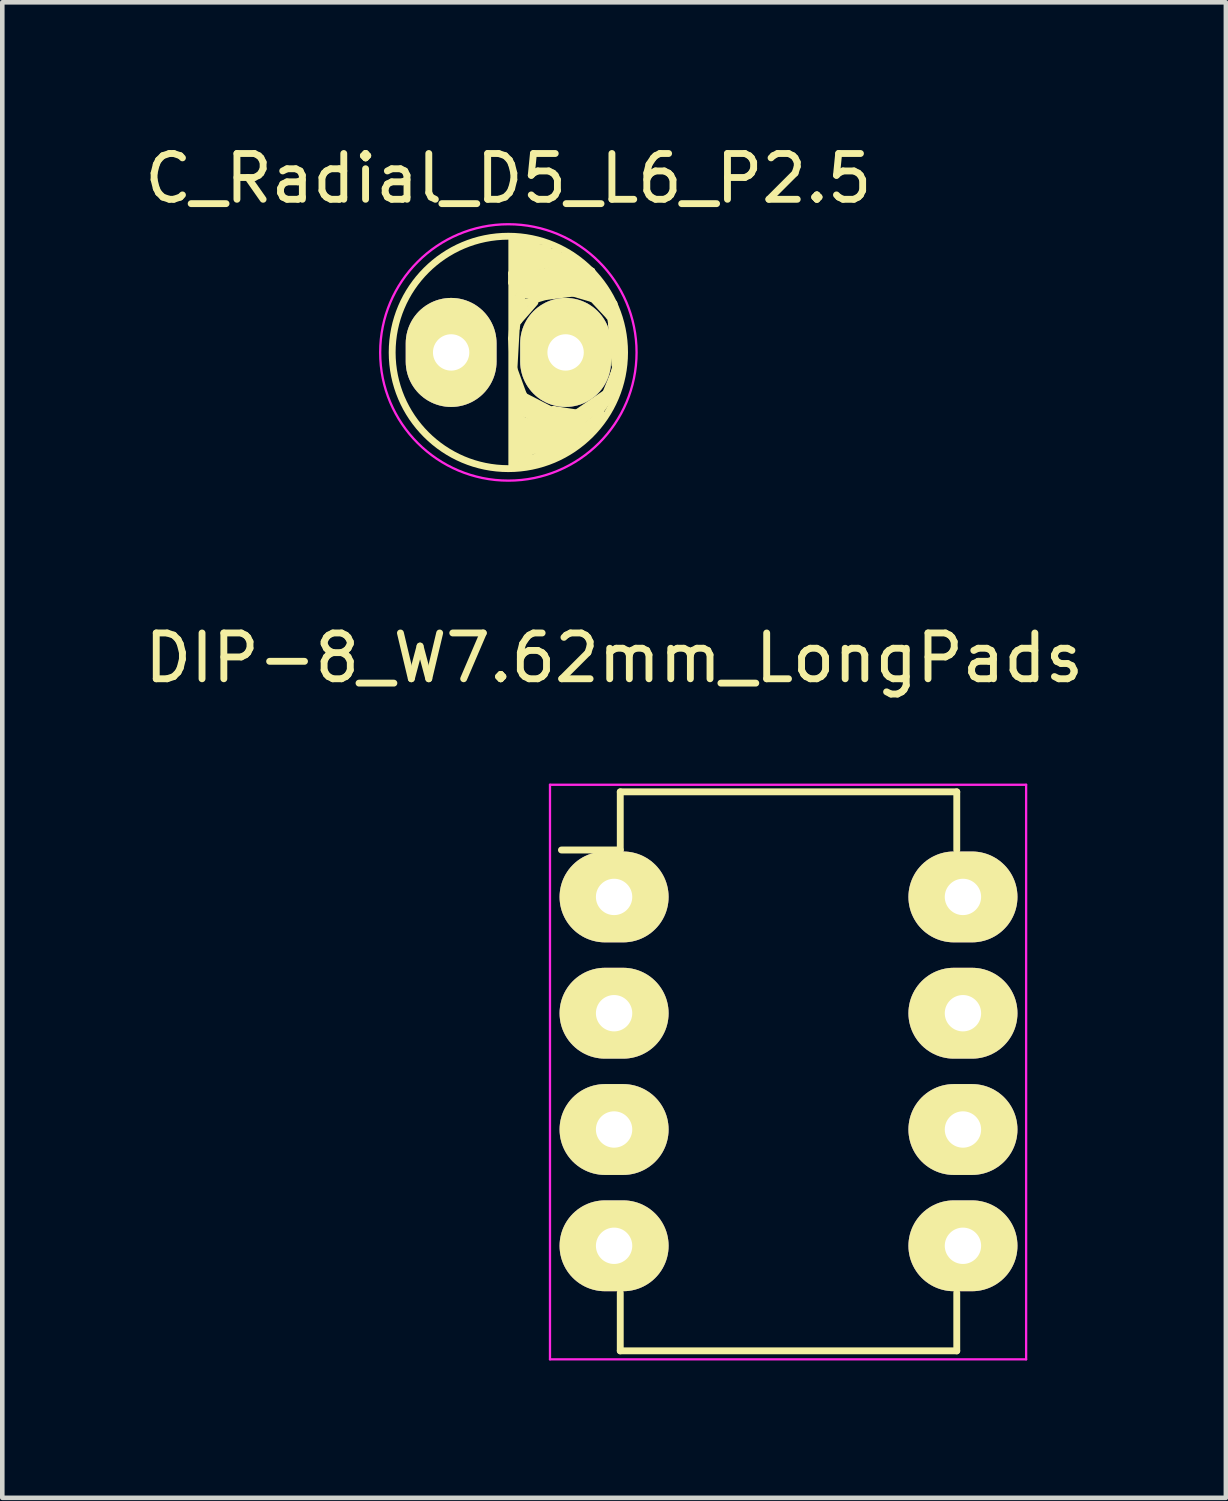
<source format=kicad_pcb>
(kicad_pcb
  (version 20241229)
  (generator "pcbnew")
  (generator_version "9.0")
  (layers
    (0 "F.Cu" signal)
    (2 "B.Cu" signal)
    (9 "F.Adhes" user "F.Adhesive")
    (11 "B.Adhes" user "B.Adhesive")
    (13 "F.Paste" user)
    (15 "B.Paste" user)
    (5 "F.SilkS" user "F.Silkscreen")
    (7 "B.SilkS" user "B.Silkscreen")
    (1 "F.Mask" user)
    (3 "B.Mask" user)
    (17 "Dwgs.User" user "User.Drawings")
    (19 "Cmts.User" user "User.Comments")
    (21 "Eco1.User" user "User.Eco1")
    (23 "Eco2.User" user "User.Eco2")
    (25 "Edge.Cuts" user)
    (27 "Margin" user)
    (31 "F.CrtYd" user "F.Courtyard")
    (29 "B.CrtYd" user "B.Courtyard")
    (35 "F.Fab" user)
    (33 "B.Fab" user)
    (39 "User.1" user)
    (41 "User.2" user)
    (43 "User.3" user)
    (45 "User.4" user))
  (footprint "DIP-8_W7.62mm_LongPads"
    (layer "F.Cu")
    (at 10.363 16.541)
    (property "Reference" "DIP-8_W7.62mm_LongPads" (at 0 -5.22 0) (layer "F.SilkS") (effects (font (size 1 1) (thickness 0.15))))
    (attr through_hole)
    (fp_line (start 0.135 -2.295) (end 0.135 -1.025) (stroke (width 0.15) (type solid)) (layer "F.SilkS"))
    (fp_line (start 0.135 -2.295) (end 7.485 -2.295) (stroke (width 0.15) (type solid)) (layer "F.SilkS"))
    (fp_line (start 0.135 -1.025) (end -1.15 -1.025) (stroke (width 0.15) (type solid)) (layer "F.SilkS"))
    (fp_line (start 0.135 9.915) (end 0.135 8.645) (stroke (width 0.15) (type solid)) (layer "F.SilkS"))
    (fp_line (start 0.135 9.915) (end 7.485 9.915) (stroke (width 0.15) (type solid)) (layer "F.SilkS"))
    (fp_line (start 7.485 -2.295) (end 7.485 -1.025) (stroke (width 0.15) (type solid)) (layer "F.SilkS"))
    (fp_line (start 7.485 9.915) (end 7.485 8.645) (stroke (width 0.15) (type solid)) (layer "F.SilkS"))
    (fp_line (start -1.4 -2.45) (end -1.4 10.1) (stroke (width 0.05) (type solid)) (layer "F.CrtYd"))
    (fp_line (start -1.4 -2.45) (end 9 -2.45) (stroke (width 0.05) (type solid)) (layer "F.CrtYd"))
    (fp_line (start -1.4 10.1) (end 9 10.1) (stroke (width 0.05) (type solid)) (layer "F.CrtYd"))
    (fp_line (start 9 -2.45) (end 9 10.1) (stroke (width 0.05) (type solid)) (layer "F.CrtYd"))
    (pad "1" thru_hole oval (at 0 0) (size 2.381 1.984) (drill 0.794) (layers "*.Cu" "*.Mask" "F.SilkS"))
    (pad "2" thru_hole oval (at 0 2.54) (size 2.381 1.984) (drill 0.794) (layers "*.Cu" "*.Mask" "F.SilkS"))
    (pad "3" thru_hole oval (at 0 5.08) (size 2.381 1.984) (drill 0.794) (layers "*.Cu" "*.Mask" "F.SilkS"))
    (pad "4" thru_hole oval (at 0 7.62) (size 2.381 1.984) (drill 0.794) (layers "*.Cu" "*.Mask" "F.SilkS"))
    (pad "5" thru_hole oval (at 7.62 7.62) (size 2.381 1.984) (drill 0.794) (layers "*.Cu" "*.Mask" "F.SilkS"))
    (pad "6" thru_hole oval (at 7.62 5.08) (size 2.381 1.984) (drill 0.794) (layers "*.Cu" "*.Mask" "F.SilkS"))
    (pad "7" thru_hole oval (at 7.62 2.54) (size 2.381 1.984) (drill 0.794) (layers "*.Cu" "*.Mask" "F.SilkS"))
    (pad "8" thru_hole oval (at 7.62 0) (size 2.381 1.984) (drill 0.794) (layers "*.Cu" "*.Mask" "F.SilkS")))
  (footprint "C_Radial_D5_L6_P2.5"
    (layer "F.Cu")
    (at 6.804 4.648)
    (property "Reference" "C_Radial_D5_L6_P2.5" (at 1.25 -3.8 0) (layer "F.SilkS") (effects (font (size 1 1) (thickness 0.15))))
    (attr through_hole)
    (fp_line (start 1.321 -1.727) (end 1.321 -1.524) (stroke (width 0.15) (type solid)) (layer "F.SilkS"))
    (fp_line (start 1.321 -1.524) (end 3.073 -1.651) (stroke (width 0.15) (type solid)) (layer "F.SilkS"))
    (fp_line (start 1.321 -0.305) (end 1.397 0.94) (stroke (width 0.15) (type solid)) (layer "F.SilkS"))
    (fp_line (start 1.325 -2.499) (end 1.325 2.499) (stroke (width 0.15) (type solid)) (layer "F.SilkS"))
    (fp_line (start 1.346 -2.159) (end 2.337 -2.21) (stroke (width 0.15) (type solid)) (layer "F.SilkS"))
    (fp_line (start 1.346 -1.753) (end 2.642 -2.032) (stroke (width 0.15) (type solid)) (layer "F.SilkS"))
    (fp_line (start 1.346 -1.295) (end 1.524 -1.473) (stroke (width 0.15) (type solid)) (layer "F.SilkS"))
    (fp_line (start 1.372 -1.981) (end 2.642 -2.108) (stroke (width 0.15) (type solid)) (layer "F.SilkS"))
    (fp_line (start 1.372 -1.6) (end 1.346 -1.295) (stroke (width 0.15) (type solid)) (layer "F.SilkS"))
    (fp_line (start 1.372 -1.6) (end 2.718 -1.93) (stroke (width 0.15) (type solid)) (layer "F.SilkS"))
    (fp_line (start 1.372 0.356) (end 1.422 -0.533) (stroke (width 0.15) (type solid)) (layer "F.SilkS"))
    (fp_line (start 1.397 -2.083) (end 1.346 -1.753) (stroke (width 0.15) (type solid)) (layer "F.SilkS"))
    (fp_line (start 1.397 -1.118) (end 1.321 -0.305) (stroke (width 0.15) (type solid)) (layer "F.SilkS"))
    (fp_line (start 1.397 0.94) (end 1.575 0.914) (stroke (width 0.15) (type solid)) (layer "F.SilkS"))
    (fp_line (start 1.397 1.016) (end 2.642 1.702) (stroke (width 0.15) (type solid)) (layer "F.SilkS"))
    (fp_line (start 1.397 2.489) (end 1.422 0.864) (stroke (width 0.15) (type solid)) (layer "F.SilkS"))
    (fp_line (start 1.422 -2.413) (end 1.88 -2.413) (stroke (width 0.15) (type solid)) (layer "F.SilkS"))
    (fp_line (start 1.422 -2.311) (end 2.108 -2.286) (stroke (width 0.15) (type solid)) (layer "F.SilkS"))
    (fp_line (start 1.422 -0.533) (end 1.549 -1.245) (stroke (width 0.15) (type solid)) (layer "F.SilkS"))
    (fp_line (start 1.422 0.864) (end 2.845 1.6) (stroke (width 0.15) (type solid)) (layer "F.SilkS"))
    (fp_line (start 1.422 1.245) (end 2.515 1.778) (stroke (width 0.15) (type solid)) (layer "F.SilkS"))
    (fp_line (start 1.448 -1.88) (end 1.372 -1.6) (stroke (width 0.15) (type solid)) (layer "F.SilkS"))
    (fp_line (start 1.473 -0.686) (end 1.829 -1.092) (stroke (width 0.15) (type solid)) (layer "F.SilkS"))
    (fp_line (start 1.473 1.6) (end 2.261 2.083) (stroke (width 0.15) (type solid)) (layer "F.SilkS"))
    (fp_line (start 1.473 2.311) (end 2.794 1.626) (stroke (width 0.15) (type solid)) (layer "F.SilkS"))
    (fp_line (start 1.499 1.168) (end 1.524 1.549) (stroke (width 0.15) (type solid)) (layer "F.SilkS"))
    (fp_line (start 1.499 1.702) (end 1.499 2.134) (stroke (width 0.15) (type solid)) (layer "F.SilkS"))
    (fp_line (start 1.499 2.134) (end 1.524 2.286) (stroke (width 0.15) (type solid)) (layer "F.SilkS"))
    (fp_line (start 1.524 -1.473) (end 3.15 -1.549) (stroke (width 0.15) (type solid)) (layer "F.SilkS"))
    (fp_line (start 1.524 1.549) (end 2.388 1.88) (stroke (width 0.15) (type solid)) (layer "F.SilkS"))
    (fp_line (start 1.524 1.854) (end 1.956 2.159) (stroke (width 0.15) (type solid)) (layer "F.SilkS"))
    (fp_line (start 1.524 2.083) (end 1.676 2.261) (stroke (width 0.15) (type solid)) (layer "F.SilkS"))
    (fp_line (start 1.524 2.286) (end 1.727 2.337) (stroke (width 0.15) (type solid)) (layer "F.SilkS"))
    (fp_line (start 1.549 -1.346) (end 1.397 -1.118) (stroke (width 0.15) (type solid)) (layer "F.SilkS"))
    (fp_line (start 1.549 -1.245) (end 2.718 -1.346) (stroke (width 0.15) (type solid)) (layer "F.SilkS"))
    (fp_line (start 1.549 1.473) (end 2.362 1.956) (stroke (width 0.15) (type solid)) (layer "F.SilkS"))
    (fp_line (start 1.549 1.88) (end 2.159 2.057) (stroke (width 0.15) (type solid)) (layer "F.SilkS"))
    (fp_line (start 1.549 1.956) (end 2.032 2.134) (stroke (width 0.15) (type solid)) (layer "F.SilkS"))
    (fp_line (start 1.575 0.914) (end 1.372 0.356) (stroke (width 0.15) (type solid)) (layer "F.SilkS"))
    (fp_line (start 1.626 -1.092) (end 1.473 -0.686) (stroke (width 0.15) (type solid)) (layer "F.SilkS"))
    (fp_line (start 1.676 2.261) (end 1.473 2.311) (stroke (width 0.15) (type solid)) (layer "F.SilkS"))
    (fp_line (start 1.727 2.337) (end 1.549 1.956) (stroke (width 0.15) (type solid)) (layer "F.SilkS"))
    (fp_line (start 1.753 2.413) (end 2.692 2.032) (stroke (width 0.15) (type solid)) (layer "F.SilkS"))
    (fp_line (start 1.88 -2.413) (end 1.422 -2.311) (stroke (width 0.15) (type solid)) (layer "F.SilkS"))
    (fp_line (start 1.88 2.413) (end 2.769 1.854) (stroke (width 0.15) (type solid)) (layer "F.SilkS"))
    (fp_line (start 1.956 2.159) (end 1.524 2.083) (stroke (width 0.15) (type solid)) (layer "F.SilkS"))
    (fp_line (start 2.032 2.134) (end 1.753 2.413) (stroke (width 0.15) (type solid)) (layer "F.SilkS"))
    (fp_line (start 2.057 -1.219) (end 1.626 -1.092) (stroke (width 0.15) (type solid)) (layer "F.SilkS"))
    (fp_line (start 2.108 -2.286) (end 1.346 -2.159) (stroke (width 0.15) (type solid)) (layer "F.SilkS"))
    (fp_line (start 2.159 2.057) (end 3.531 0.965) (stroke (width 0.15) (type solid)) (layer "F.SilkS"))
    (fp_line (start 2.235 1.245) (end 2.819 1.499) (stroke (width 0.15) (type solid)) (layer "F.SilkS"))
    (fp_line (start 2.261 2.083) (end 1.524 1.854) (stroke (width 0.15) (type solid)) (layer "F.SilkS"))
    (fp_line (start 2.286 -1.803) (end 3.073 -1.778) (stroke (width 0.15) (type solid)) (layer "F.SilkS"))
    (fp_line (start 2.286 2.032) (end 1.499 1.702) (stroke (width 0.15) (type solid)) (layer "F.SilkS"))
    (fp_line (start 2.337 -2.21) (end 1.372 -1.981) (stroke (width 0.15) (type solid)) (layer "F.SilkS"))
    (fp_line (start 2.362 1.956) (end 1.473 1.6) (stroke (width 0.15) (type solid)) (layer "F.SilkS"))
    (fp_line (start 2.388 1.88) (end 2.286 2.032) (stroke (width 0.15) (type solid)) (layer "F.SilkS"))
    (fp_line (start 2.515 1.778) (end 1.549 1.473) (stroke (width 0.15) (type solid)) (layer "F.SilkS"))
    (fp_line (start 2.642 -2.108) (end 1.397 -2.083) (stroke (width 0.15) (type solid)) (layer "F.SilkS"))
    (fp_line (start 2.642 -2.032) (end 1.448 -1.88) (stroke (width 0.15) (type solid)) (layer "F.SilkS"))
    (fp_line (start 2.642 1.702) (end 1.422 1.245) (stroke (width 0.15) (type solid)) (layer "F.SilkS"))
    (fp_line (start 2.667 -1.473) (end 1.549 -1.346) (stroke (width 0.15) (type solid)) (layer "F.SilkS"))
    (fp_line (start 2.667 -1.295) (end 2.057 -1.219) (stroke (width 0.15) (type solid)) (layer "F.SilkS"))
    (fp_line (start 2.692 2.032) (end 1.549 1.88) (stroke (width 0.15) (type solid)) (layer "F.SilkS"))
    (fp_line (start 2.718 -1.93) (end 2.845 -1.829) (stroke (width 0.15) (type solid)) (layer "F.SilkS"))
    (fp_line (start 2.718 -1.346) (end 3.327 -1.067) (stroke (width 0.15) (type solid)) (layer "F.SilkS"))
    (fp_line (start 2.743 1.321) (end 2.235 1.245) (stroke (width 0.15) (type solid)) (layer "F.SilkS"))
    (fp_line (start 2.743 2.007) (end 3.277 1.346) (stroke (width 0.15) (type solid)) (layer "F.SilkS"))
    (fp_line (start 2.769 1.854) (end 1.397 2.489) (stroke (width 0.15) (type solid)) (layer "F.SilkS"))
    (fp_line (start 2.794 1.626) (end 1.499 1.168) (stroke (width 0.15) (type solid)) (layer "F.SilkS"))
    (fp_line (start 2.819 1.397) (end 3.404 0.991) (stroke (width 0.15) (type solid)) (layer "F.SilkS"))
    (fp_line (start 2.819 1.499) (end 3.277 1.067) (stroke (width 0.15) (type solid)) (layer "F.SilkS"))
    (fp_line (start 2.845 -1.829) (end 2.286 -1.803) (stroke (width 0.15) (type solid)) (layer "F.SilkS"))
    (fp_line (start 2.845 1.6) (end 1.397 1.016) (stroke (width 0.15) (type solid)) (layer "F.SilkS"))
    (fp_line (start 2.921 -1.422) (end 3.226 -1.397) (stroke (width 0.15) (type solid)) (layer "F.SilkS"))
    (fp_line (start 3.073 -1.778) (end 1.321 -1.727) (stroke (width 0.15) (type solid)) (layer "F.SilkS"))
    (fp_line (start 3.073 -1.651) (end 1.372 -1.6) (stroke (width 0.15) (type solid)) (layer "F.SilkS"))
    (fp_line (start 3.099 -1.168) (end 2.667 -1.295) (stroke (width 0.15) (type solid)) (layer "F.SilkS"))
    (fp_line (start 3.15 -1.549) (end 3.683 -0.457) (stroke (width 0.15) (type solid)) (layer "F.SilkS"))
    (fp_line (start 3.226 -1.397) (end 3.556 -1.067) (stroke (width 0.15) (type solid)) (layer "F.SilkS"))
    (fp_line (start 3.277 1.067) (end 2.819 1.397) (stroke (width 0.15) (type solid)) (layer "F.SilkS"))
    (fp_line (start 3.277 1.346) (end 1.88 2.413) (stroke (width 0.15) (type solid)) (layer "F.SilkS"))
    (fp_line (start 3.327 -1.067) (end 3.454 -0.787) (stroke (width 0.15) (type solid)) (layer "F.SilkS"))
    (fp_line (start 3.378 0.889) (end 2.743 1.321) (stroke (width 0.15) (type solid)) (layer "F.SilkS"))
    (fp_line (start 3.404 0.991) (end 3.632 0.178) (stroke (width 0.15) (type solid)) (layer "F.SilkS"))
    (fp_line (start 3.429 -1.168) (end 2.667 -1.473) (stroke (width 0.15) (type solid)) (layer "F.SilkS"))
    (fp_line (start 3.454 -1.168) (end 2.921 -1.422) (stroke (width 0.15) (type solid)) (layer "F.SilkS"))
    (fp_line (start 3.454 -0.787) (end 3.099 -1.168) (stroke (width 0.15) (type solid)) (layer "F.SilkS"))
    (fp_line (start 3.531 0.965) (end 3.607 0.33) (stroke (width 0.15) (type solid)) (layer "F.SilkS"))
    (fp_line (start 3.556 -1.067) (end 3.632 0.254) (stroke (width 0.15) (type solid)) (layer "F.SilkS"))
    (fp_line (start 3.556 -0.66) (end 3.581 0.279) (stroke (width 0.15) (type solid)) (layer "F.SilkS"))
    (fp_line (start 3.581 0.279) (end 3.454 -1.168) (stroke (width 0.15) (type solid)) (layer "F.SilkS"))
    (fp_line (start 3.607 0.33) (end 3.378 0.889) (stroke (width 0.15) (type solid)) (layer "F.SilkS"))
    (fp_line (start 3.607 0.787) (end 2.743 2.007) (stroke (width 0.15) (type solid)) (layer "F.SilkS"))
    (fp_line (start 3.632 0.178) (end 3.556 -0.66) (stroke (width 0.15) (type solid)) (layer "F.SilkS"))
    (fp_line (start 3.632 0.254) (end 3.429 -1.168) (stroke (width 0.15) (type solid)) (layer "F.SilkS"))
    (fp_line (start 3.683 -0.457) (end 3.607 0.787) (stroke (width 0.15) (type solid)) (layer "F.SilkS"))
    (fp_line (start 3.705 -0.472) (end 3.705 0.472) (stroke (width 0.15) (type solid)) (layer "F.SilkS"))
    (fp_circle (center 1.25 0) (end 1.25 -2.538) (stroke (width 0.15) (type solid)) (fill no) (layer "F.SilkS"))
    (fp_circle (center 1.25 0) (end 1.25 -2.8) (stroke (width 0.05) (type solid)) (fill no) (layer "F.CrtYd"))
    (pad "1" thru_hole oval (at 0 0) (size 1.984 2.381) (drill 0.794) (layers "*.Cu" "*.Mask" "F.SilkS"))
    (pad "2" thru_hole oval (at 2.5 0) (size 1.984 2.381) (drill 0.794) (layers "*.Cu" "*.Mask" "F.SilkS")))
  (gr_rect
    (start -3 -3)
    (end 23.726 29.666)
    (stroke (width 0.1) (type default))
    (fill no)
    (layer "Edge.Cuts")))
</source>
